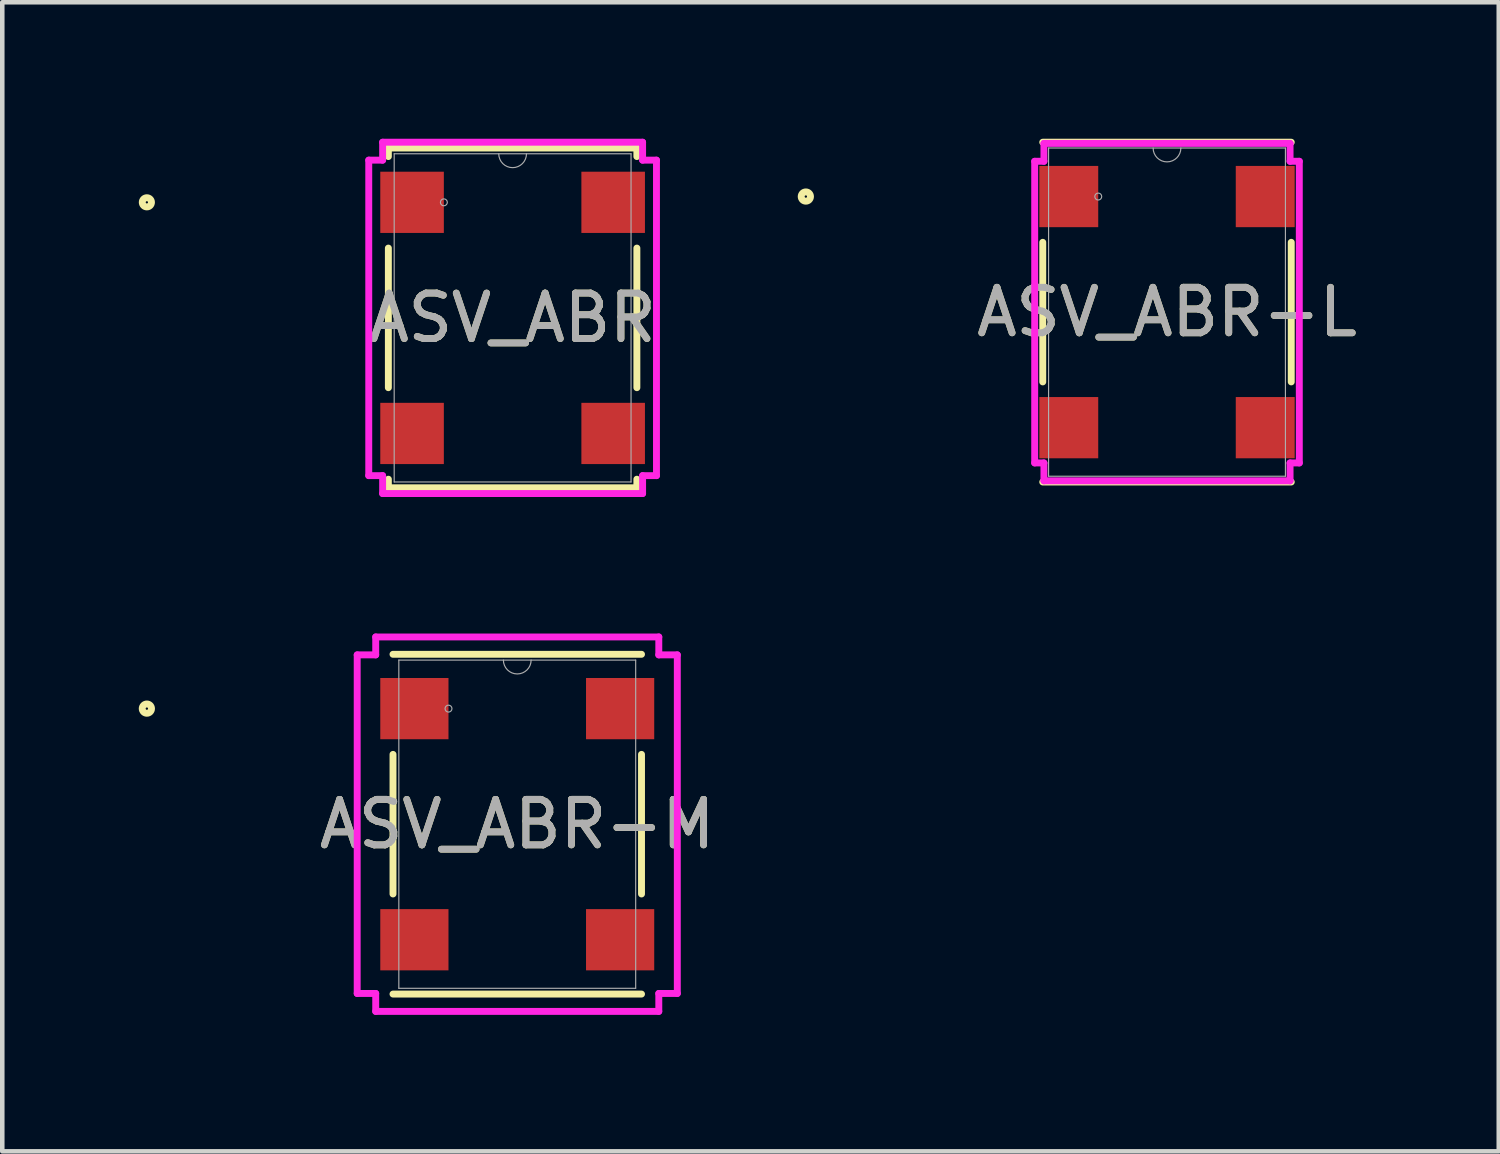
<source format=kicad_pcb>
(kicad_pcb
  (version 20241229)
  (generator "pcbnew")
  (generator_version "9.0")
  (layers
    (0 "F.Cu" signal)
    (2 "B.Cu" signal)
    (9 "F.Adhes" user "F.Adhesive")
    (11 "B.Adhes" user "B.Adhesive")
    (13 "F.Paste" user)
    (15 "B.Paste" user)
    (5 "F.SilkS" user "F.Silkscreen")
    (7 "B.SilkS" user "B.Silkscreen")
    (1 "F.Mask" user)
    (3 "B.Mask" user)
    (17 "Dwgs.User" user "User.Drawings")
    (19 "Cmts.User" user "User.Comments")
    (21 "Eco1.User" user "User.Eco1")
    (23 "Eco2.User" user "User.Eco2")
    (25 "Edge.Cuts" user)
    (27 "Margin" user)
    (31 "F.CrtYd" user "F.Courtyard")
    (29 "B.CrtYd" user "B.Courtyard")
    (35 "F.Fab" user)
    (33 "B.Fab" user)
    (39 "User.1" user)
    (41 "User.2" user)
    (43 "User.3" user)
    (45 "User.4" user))
  (footprint "ASV_ABR"
    (layer "F.Cu")
    (at 8.217 3.937)
    (property "Reference" "ASV_ABR" (at 0 0 0) (unlocked yes) (layer "F.SilkS") (effects (font (size 1 1) (thickness 0.15))))
    (attr smd)
    (fp_line (start -2.731 -3.734) (end -2.731 -3.546) (stroke (width 0.152) (type solid)) (layer "F.SilkS"))
    (fp_line (start -2.731 -1.534) (end -2.731 1.534) (stroke (width 0.152) (type solid)) (layer "F.SilkS"))
    (fp_line (start -2.731 3.546) (end -2.731 3.734) (stroke (width 0.152) (type solid)) (layer "F.SilkS"))
    (fp_line (start -2.731 3.734) (end 2.731 3.734) (stroke (width 0.152) (type solid)) (layer "F.SilkS"))
    (fp_line (start 2.731 -3.734) (end -2.731 -3.734) (stroke (width 0.152) (type solid)) (layer "F.SilkS"))
    (fp_line (start 2.731 -3.546) (end 2.731 -3.734) (stroke (width 0.152) (type solid)) (layer "F.SilkS"))
    (fp_line (start 2.731 1.534) (end 2.731 -1.534) (stroke (width 0.152) (type solid)) (layer "F.SilkS"))
    (fp_line (start 2.731 3.734) (end 2.731 3.546) (stroke (width 0.152) (type solid)) (layer "F.SilkS"))
    (fp_circle (center -8.039 -2.54) (end -7.938 -2.54) (stroke (width 0.152) (type solid)) (fill no) (layer "F.SilkS"))
    (fp_line (start -3.162 -3.467) (end -2.857 -3.467) (stroke (width 0.152) (type solid)) (layer "F.CrtYd"))
    (fp_line (start -3.162 3.467) (end -3.162 -3.467) (stroke (width 0.152) (type solid)) (layer "F.CrtYd"))
    (fp_line (start -3.162 3.467) (end -2.857 3.467) (stroke (width 0.152) (type solid)) (layer "F.CrtYd"))
    (fp_line (start -2.857 -3.861) (end 2.857 -3.861) (stroke (width 0.152) (type solid)) (layer "F.CrtYd"))
    (fp_line (start -2.857 -3.467) (end -2.857 -3.861) (stroke (width 0.152) (type solid)) (layer "F.CrtYd"))
    (fp_line (start -2.857 3.861) (end -2.857 3.467) (stroke (width 0.152) (type solid)) (layer "F.CrtYd"))
    (fp_line (start 2.857 -3.861) (end 2.857 -3.467) (stroke (width 0.152) (type solid)) (layer "F.CrtYd"))
    (fp_line (start 2.857 3.467) (end 2.857 3.861) (stroke (width 0.152) (type solid)) (layer "F.CrtYd"))
    (fp_line (start 2.857 3.861) (end -2.857 3.861) (stroke (width 0.152) (type solid)) (layer "F.CrtYd"))
    (fp_line (start 3.162 -3.467) (end 2.857 -3.467) (stroke (width 0.152) (type solid)) (layer "F.CrtYd"))
    (fp_line (start 3.162 -3.467) (end 3.162 3.467) (stroke (width 0.152) (type solid)) (layer "F.CrtYd"))
    (fp_line (start 3.162 3.467) (end 2.857 3.467) (stroke (width 0.152) (type solid)) (layer "F.CrtYd"))
    (fp_line (start -2.603 -3.607) (end -2.603 3.607) (stroke (width 0.025) (type solid)) (layer "F.Fab"))
    (fp_line (start -2.603 3.607) (end 2.603 3.607) (stroke (width 0.025) (type solid)) (layer "F.Fab"))
    (fp_line (start 2.603 -3.607) (end -2.603 -3.607) (stroke (width 0.025) (type solid)) (layer "F.Fab"))
    (fp_line (start 2.603 3.607) (end 2.603 -3.607) (stroke (width 0.025) (type solid)) (layer "F.Fab"))
    (fp_arc (start 0.3048 -3.6068) (mid 0 -3.302) (end -0.3048 -3.6068) (stroke (width 0.0254) (type solid)) (layer "F.Fab"))
    (fp_circle (center -1.511 -2.54) (end -1.435 -2.54) (stroke (width 0.025) (type solid)) (fill no) (layer "F.Fab"))
    (fp_text user "${REFERENCE}" (at 0 0 0) (unlocked yes) (layer "F.Fab") (effects (font (size 1 1) (thickness 0.15))))
    (pad "1" smd rect (at -2.21 -2.54) (size 1.397 1.346) (layers "F.Cu" "F.Mask" "F.Paste"))
    (pad "2" smd rect (at -2.21 2.54) (size 1.397 1.346) (layers "F.Cu" "F.Mask" "F.Paste"))
    (pad "3" smd rect (at 2.21 2.54) (size 1.397 1.346) (layers "F.Cu" "F.Mask" "F.Paste"))
    (pad "4" smd rect (at 2.21 -2.54) (size 1.397 1.346) (layers "F.Cu" "F.Mask" "F.Paste")))
  (footprint "ASV_ABR-L"
    (layer "F.Cu")
    (at 22.6 3.81)
    (property "Reference" "ASV_ABR-L" (at 0 0 0) (unlocked yes) (layer "F.SilkS") (effects (font (size 1 1) (thickness 0.15))))
    (attr smd)
    (fp_line (start -2.731 -1.534) (end -2.731 1.534) (stroke (width 0.152) (type solid)) (layer "F.SilkS"))
    (fp_line (start -2.731 3.734) (end 2.731 3.734) (stroke (width 0.152) (type solid)) (layer "F.SilkS"))
    (fp_line (start 2.731 -3.734) (end -2.731 -3.734) (stroke (width 0.152) (type solid)) (layer "F.SilkS"))
    (fp_line (start 2.731 1.534) (end 2.731 -1.534) (stroke (width 0.152) (type solid)) (layer "F.SilkS"))
    (fp_circle (center -7.938 -2.54) (end -7.836 -2.54) (stroke (width 0.152) (type solid)) (fill no) (layer "F.SilkS"))
    (fp_line (start -2.908 -3.315) (end -2.705 -3.315) (stroke (width 0.152) (type solid)) (layer "F.CrtYd"))
    (fp_line (start -2.908 3.315) (end -2.908 -3.315) (stroke (width 0.152) (type solid)) (layer "F.CrtYd"))
    (fp_line (start -2.908 3.315) (end -2.705 3.315) (stroke (width 0.152) (type solid)) (layer "F.CrtYd"))
    (fp_line (start -2.705 -3.708) (end 2.705 -3.708) (stroke (width 0.152) (type solid)) (layer "F.CrtYd"))
    (fp_line (start -2.705 -3.315) (end -2.705 -3.708) (stroke (width 0.152) (type solid)) (layer "F.CrtYd"))
    (fp_line (start -2.705 3.708) (end -2.705 3.315) (stroke (width 0.152) (type solid)) (layer "F.CrtYd"))
    (fp_line (start 2.705 -3.708) (end 2.705 -3.315) (stroke (width 0.152) (type solid)) (layer "F.CrtYd"))
    (fp_line (start 2.705 3.315) (end 2.705 3.708) (stroke (width 0.152) (type solid)) (layer "F.CrtYd"))
    (fp_line (start 2.705 3.708) (end -2.705 3.708) (stroke (width 0.152) (type solid)) (layer "F.CrtYd"))
    (fp_line (start 2.908 -3.315) (end 2.705 -3.315) (stroke (width 0.152) (type solid)) (layer "F.CrtYd"))
    (fp_line (start 2.908 -3.315) (end 2.908 3.315) (stroke (width 0.152) (type solid)) (layer "F.CrtYd"))
    (fp_line (start 2.908 3.315) (end 2.705 3.315) (stroke (width 0.152) (type solid)) (layer "F.CrtYd"))
    (fp_line (start -2.603 -3.607) (end -2.603 3.607) (stroke (width 0.025) (type solid)) (layer "F.Fab"))
    (fp_line (start -2.603 3.607) (end 2.603 3.607) (stroke (width 0.025) (type solid)) (layer "F.Fab"))
    (fp_line (start 2.603 -3.607) (end -2.603 -3.607) (stroke (width 0.025) (type solid)) (layer "F.Fab"))
    (fp_line (start 2.603 3.607) (end 2.603 -3.607) (stroke (width 0.025) (type solid)) (layer "F.Fab"))
    (fp_arc (start 0.3048 -3.6068) (mid 0 -3.302) (end -0.3048 -3.6068) (stroke (width 0.0254) (type solid)) (layer "F.Fab"))
    (fp_circle (center -1.511 -2.54) (end -1.435 -2.54) (stroke (width 0.025) (type solid)) (fill no) (layer "F.Fab"))
    (fp_text user "${REFERENCE}" (at 0 0 0) (unlocked yes) (layer "F.Fab") (effects (font (size 1 1) (thickness 0.15))))
    (pad "1" smd rect (at -2.159 -2.54) (size 1.295 1.346) (layers "F.Cu" "F.Mask" "F.Paste"))
    (pad "2" smd rect (at -2.159 2.54) (size 1.295 1.346) (layers "F.Cu" "F.Mask" "F.Paste"))
    (pad "3" smd rect (at 2.159 2.54) (size 1.295 1.346) (layers "F.Cu" "F.Mask" "F.Paste"))
    (pad "4" smd rect (at 2.159 -2.54) (size 1.295 1.346) (layers "F.Cu" "F.Mask" "F.Paste")))
  (footprint "ASV_ABR-M"
    (layer "F.Cu")
    (at 8.319 15.065)
    (property "Reference" "ASV_ABR-M" (at 0 0 0) (unlocked yes) (layer "F.SilkS") (effects (font (size 1 1) (thickness 0.15))))
    (attr smd)
    (fp_line (start -2.731 -1.534) (end -2.731 1.534) (stroke (width 0.152) (type solid)) (layer "F.SilkS"))
    (fp_line (start -2.731 3.734) (end 2.731 3.734) (stroke (width 0.152) (type solid)) (layer "F.SilkS"))
    (fp_line (start 2.731 -3.734) (end -2.731 -3.734) (stroke (width 0.152) (type solid)) (layer "F.SilkS"))
    (fp_line (start 2.731 1.534) (end 2.731 -1.534) (stroke (width 0.152) (type solid)) (layer "F.SilkS"))
    (fp_circle (center -8.141 -2.54) (end -8.039 -2.54) (stroke (width 0.152) (type solid)) (fill no) (layer "F.SilkS"))
    (fp_line (start -3.518 -3.721) (end -3.111 -3.721) (stroke (width 0.152) (type solid)) (layer "F.CrtYd"))
    (fp_line (start -3.518 3.721) (end -3.518 -3.721) (stroke (width 0.152) (type solid)) (layer "F.CrtYd"))
    (fp_line (start -3.518 3.721) (end -3.111 3.721) (stroke (width 0.152) (type solid)) (layer "F.CrtYd"))
    (fp_line (start -3.111 -4.115) (end 3.111 -4.115) (stroke (width 0.152) (type solid)) (layer "F.CrtYd"))
    (fp_line (start -3.111 -3.721) (end -3.111 -4.115) (stroke (width 0.152) (type solid)) (layer "F.CrtYd"))
    (fp_line (start -3.111 4.115) (end -3.111 3.721) (stroke (width 0.152) (type solid)) (layer "F.CrtYd"))
    (fp_line (start 3.111 -4.115) (end 3.111 -3.721) (stroke (width 0.152) (type solid)) (layer "F.CrtYd"))
    (fp_line (start 3.111 3.721) (end 3.111 4.115) (stroke (width 0.152) (type solid)) (layer "F.CrtYd"))
    (fp_line (start 3.111 4.115) (end -3.111 4.115) (stroke (width 0.152) (type solid)) (layer "F.CrtYd"))
    (fp_line (start 3.518 -3.721) (end 3.111 -3.721) (stroke (width 0.152) (type solid)) (layer "F.CrtYd"))
    (fp_line (start 3.518 -3.721) (end 3.518 3.721) (stroke (width 0.152) (type solid)) (layer "F.CrtYd"))
    (fp_line (start 3.518 3.721) (end 3.111 3.721) (stroke (width 0.152) (type solid)) (layer "F.CrtYd"))
    (fp_line (start -2.603 -3.607) (end -2.603 3.607) (stroke (width 0.025) (type solid)) (layer "F.Fab"))
    (fp_line (start -2.603 3.607) (end 2.603 3.607) (stroke (width 0.025) (type solid)) (layer "F.Fab"))
    (fp_line (start 2.603 -3.607) (end -2.603 -3.607) (stroke (width 0.025) (type solid)) (layer "F.Fab"))
    (fp_line (start 2.603 3.607) (end 2.603 -3.607) (stroke (width 0.025) (type solid)) (layer "F.Fab"))
    (fp_arc (start 0.3048 -3.6068) (mid 0 -3.302) (end -0.3048 -3.6068) (stroke (width 0.0254) (type solid)) (layer "F.Fab"))
    (fp_circle (center -1.511 -2.54) (end -1.435 -2.54) (stroke (width 0.025) (type solid)) (fill no) (layer "F.Fab"))
    (fp_text user "${REFERENCE}" (at 0 0 0) (unlocked yes) (layer "F.Fab") (effects (font (size 1 1) (thickness 0.15))))
    (pad "1" smd rect (at -2.261 -2.54) (size 1.499 1.346) (layers "F.Cu" "F.Mask" "F.Paste"))
    (pad "2" smd rect (at -2.261 2.54) (size 1.499 1.346) (layers "F.Cu" "F.Mask" "F.Paste"))
    (pad "3" smd rect (at 2.261 2.54) (size 1.499 1.346) (layers "F.Cu" "F.Mask" "F.Paste"))
    (pad "4" smd rect (at 2.261 -2.54) (size 1.499 1.346) (layers "F.Cu" "F.Mask" "F.Paste")))
  (gr_rect
    (start -3 -3)
    (end 29.892 22.256)
    (stroke (width 0.1) (type default))
    (fill no)
    (layer "Edge.Cuts")))
</source>
